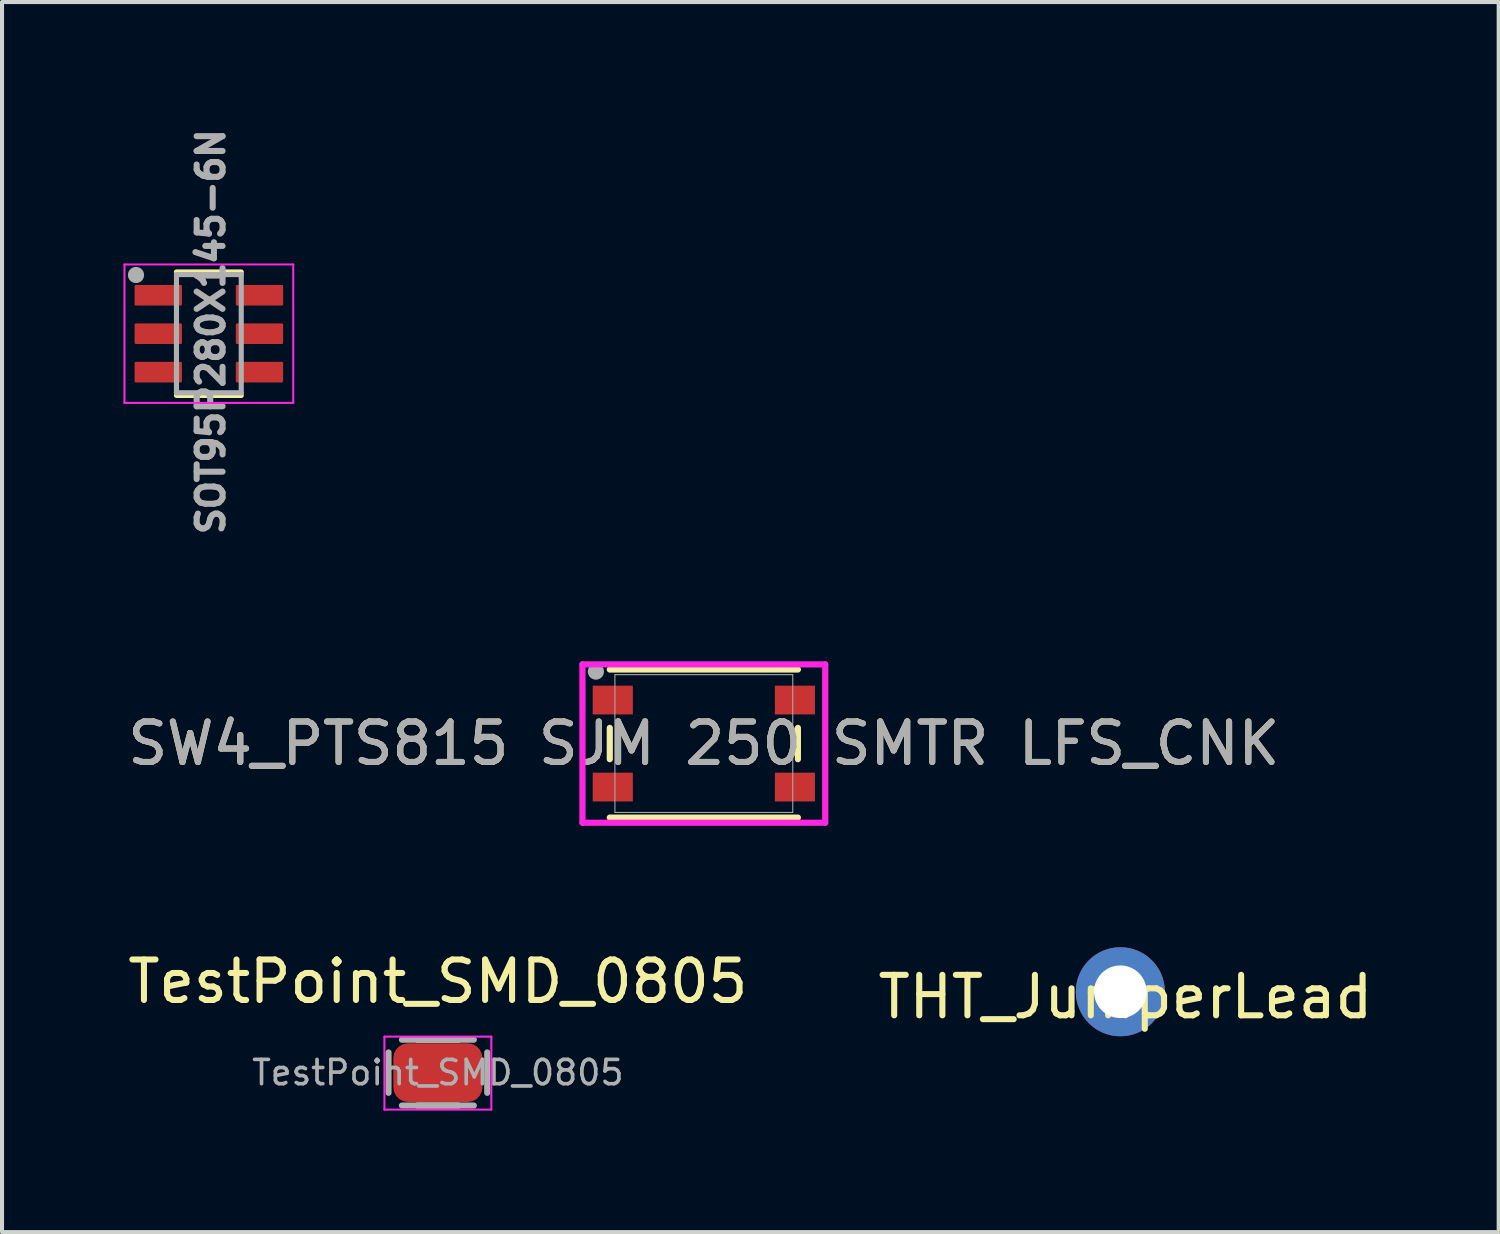
<source format=kicad_pcb>
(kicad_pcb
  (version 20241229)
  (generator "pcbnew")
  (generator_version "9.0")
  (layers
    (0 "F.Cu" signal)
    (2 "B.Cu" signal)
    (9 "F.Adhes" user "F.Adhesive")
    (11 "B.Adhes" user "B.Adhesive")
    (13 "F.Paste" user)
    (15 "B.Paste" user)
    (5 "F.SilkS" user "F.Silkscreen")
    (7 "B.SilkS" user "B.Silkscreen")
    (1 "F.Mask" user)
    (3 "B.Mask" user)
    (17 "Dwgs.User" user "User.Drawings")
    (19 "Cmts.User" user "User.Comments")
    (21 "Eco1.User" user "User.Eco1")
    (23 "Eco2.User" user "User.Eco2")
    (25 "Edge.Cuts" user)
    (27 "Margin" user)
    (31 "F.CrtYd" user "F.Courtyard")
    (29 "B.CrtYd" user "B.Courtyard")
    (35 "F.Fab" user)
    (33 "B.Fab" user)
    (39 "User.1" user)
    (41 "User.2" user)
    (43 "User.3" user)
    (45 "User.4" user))
  (footprint "TestPoint_SMD_0805"
    (layer "F.Cu")
    (at 7.768 23.45)
    (property "Reference" "TestPoint_SMD_0805" (at 0 -2.25 0) (layer "F.SilkS") (effects (font (size 1 1) (thickness 0.15))))
    (attr smd)
    (fp_line (start -0.508 -0.813) (end 0.508 -0.813) (stroke (width 0.15) (type solid)) (layer "F.SilkS"))
    (fp_line (start 0.508 0.813) (end -0.508 0.813) (stroke (width 0.15) (type solid)) (layer "F.SilkS"))
    (fp_line (start -1.321 -0.889) (end 1.321 -0.889) (stroke (width 0.05) (type solid)) (layer "F.CrtYd"))
    (fp_line (start -1.321 0.914) (end -1.321 -0.889) (stroke (width 0.05) (type solid)) (layer "F.CrtYd"))
    (fp_line (start 1.321 -0.889) (end 1.321 0.914) (stroke (width 0.05) (type solid)) (layer "F.CrtYd"))
    (fp_line (start 1.321 0.914) (end -1.321 0.914) (stroke (width 0.05) (type solid)) (layer "F.CrtYd"))
    (fp_line (start -1.219 0.5) (end -1.219 -0.5) (stroke (width 0.15) (type solid)) (layer "F.Fab"))
    (fp_line (start -0.889 0.813) (end 0.889 0.813) (stroke (width 0.15) (type solid)) (layer "F.Fab"))
    (fp_line (start 0.889 -0.813) (end -0.889 -0.813) (stroke (width 0.15) (type solid)) (layer "F.Fab"))
    (fp_line (start 1.219 -0.5) (end 1.219 0.5) (stroke (width 0.15) (type solid)) (layer "F.Fab"))
    (fp_text user "${REFERENCE}" (at 0 0 0) (layer "F.Fab") (effects (font (size 0.6 0.6) (thickness 0.09))))
    (pad "1" smd roundrect (at 0 0) (size 2.2 1.45) (layers "F.Cu" "F.Mask" "F.Paste") (roundrect_rratio 0.25)))
  (footprint "SOT95P280X145-6N"
    (layer "F.Cu")
    (at 2.11 5.194)
    (property "Reference" "SOT95P280X145-6N" (at 0.05 -0.05 90) (layer "F.Fab") (effects (font (size 0.64 0.64) (thickness 0.15))))
    (attr smd)
    (fp_line (start -0.8 -1.525) (end 0.8 -1.525) (stroke (width 0.127) (type solid)) (layer "F.SilkS"))
    (fp_line (start 0.8 1.525) (end -0.8 1.525) (stroke (width 0.127) (type solid)) (layer "F.SilkS"))
    (fp_line (start -2.085 -1.71) (end 2.085 -1.71) (stroke (width 0.05) (type solid)) (layer "F.CrtYd"))
    (fp_line (start -2.085 1.71) (end -2.085 -1.71) (stroke (width 0.05) (type solid)) (layer "F.CrtYd"))
    (fp_line (start 2.085 -1.71) (end 2.085 1.71) (stroke (width 0.05) (type solid)) (layer "F.CrtYd"))
    (fp_line (start 2.085 1.71) (end -2.085 1.71) (stroke (width 0.05) (type solid)) (layer "F.CrtYd"))
    (fp_line (start -0.8 -1.46) (end 0.8 -1.46) (stroke (width 0.127) (type solid)) (layer "F.Fab"))
    (fp_line (start -0.8 1.46) (end -0.8 -1.46) (stroke (width 0.127) (type solid)) (layer "F.Fab"))
    (fp_line (start 0.8 -1.46) (end 0.8 1.46) (stroke (width 0.127) (type solid)) (layer "F.Fab"))
    (fp_line (start 0.8 1.46) (end -0.8 1.46) (stroke (width 0.127) (type solid)) (layer "F.Fab"))
    (fp_circle (center -1.8 -1.45) (end -1.7 -1.45) (stroke (width 0.2) (type solid)) (fill no) (layer "F.Fab"))
    (pad "1" smd roundrect (at -1.25 -0.95) (size 1.17 0.51) (layers "F.Cu" "F.Mask" "F.Paste") (roundrect_rratio 0.06))
    (pad "2" smd roundrect (at -1.25 0) (size 1.17 0.51) (layers "F.Cu" "F.Mask" "F.Paste") (roundrect_rratio 0.06))
    (pad "3" smd roundrect (at -1.25 0.95) (size 1.17 0.51) (layers "F.Cu" "F.Mask" "F.Paste") (roundrect_rratio 0.06))
    (pad "4" smd roundrect (at 1.25 0.95 180) (size 1.17 0.51) (layers "F.Cu" "F.Mask" "F.Paste") (roundrect_rratio 0.06))
    (pad "5" smd roundrect (at 1.25 0 180) (size 1.17 0.51) (layers "F.Cu" "F.Mask" "F.Paste") (roundrect_rratio 0.06))
    (pad "6" smd roundrect (at 1.25 -0.95 180) (size 1.17 0.51) (layers "F.Cu" "F.Mask" "F.Paste") (roundrect_rratio 0.06)))
  (footprint "SW4_PTS815 SJM 250 SMTR LFS_CNK"
    (layer "F.Cu")
    (at 14.339 15.32)
    (property "Reference" "SW4_PTS815 SJM 250 SMTR LFS_CNK" (at 0 0 0) (unlocked yes) (layer "F.SilkS") (effects (font (size 1 1) (thickness 0.15))))
    (attr smd)
    (fp_line (start -2.324 -0.387) (end -2.324 0.387) (stroke (width 0.152) (type solid)) (layer "F.SilkS"))
    (fp_line (start -2.324 1.829) (end 2.324 1.829) (stroke (width 0.152) (type solid)) (layer "F.SilkS"))
    (fp_line (start 2.324 -1.829) (end -2.324 -1.829) (stroke (width 0.152) (type solid)) (layer "F.SilkS"))
    (fp_line (start 2.324 0.387) (end 2.324 -0.387) (stroke (width 0.152) (type solid)) (layer "F.SilkS"))
    (fp_line (start -2.999 -1.956) (end -2.999 1.956) (stroke (width 0.152) (type solid)) (layer "F.CrtYd"))
    (fp_line (start -2.999 1.956) (end 2.999 1.956) (stroke (width 0.152) (type solid)) (layer "F.CrtYd"))
    (fp_line (start 2.999 -1.956) (end -2.999 -1.956) (stroke (width 0.152) (type solid)) (layer "F.CrtYd"))
    (fp_line (start 2.999 1.956) (end 2.999 -1.956) (stroke (width 0.152) (type solid)) (layer "F.CrtYd"))
    (fp_line (start -2.197 -1.702) (end -2.197 1.702) (stroke (width 0.025) (type solid)) (layer "F.Fab"))
    (fp_line (start -2.197 1.702) (end 2.197 1.702) (stroke (width 0.025) (type solid)) (layer "F.Fab"))
    (fp_line (start 2.197 -1.702) (end -2.197 -1.702) (stroke (width 0.025) (type solid)) (layer "F.Fab"))
    (fp_line (start 2.197 1.702) (end 2.197 -1.702) (stroke (width 0.025) (type solid)) (layer "F.Fab"))
    (fp_circle (center -2.667 -1.778) (end -2.567 -1.778) (stroke (width 0.2) (type solid)) (fill no) (layer "F.Fab"))
    (fp_text user "${REFERENCE}" (at 0 0 0) (unlocked yes) (layer "F.Fab") (effects (font (size 1 1) (thickness 0.15))))
    (pad "1" smd rect (at -2.25 -1.075) (size 0.991 0.711) (layers "F.Cu" "F.Mask" "F.Paste"))
    (pad "2" smd rect (at 2.25 -1.075) (size 0.991 0.711) (layers "F.Cu" "F.Mask" "F.Paste"))
    (pad "3" smd rect (at -2.25 1.075) (size 0.991 0.711) (layers "F.Cu" "F.Mask" "F.Paste"))
    (pad "4" smd rect (at 2.25 1.075) (size 0.991 0.711) (layers "F.Cu" "F.Mask" "F.Paste")))
  (footprint "THT_JumperLead"
    (layer "F.Cu")
    (at 24.629 21.452)
    (property "Reference" "THT_JumperLead" (at 0.127 0.127 0) (layer "F.SilkS") (effects (font (size 1 1) (thickness 0.15))))
    (attr through_hole)
    (pad "1" thru_hole circle (at 0 0) (size 2.2 2.2) (drill 1.3) (layers "*.Cu" "*.Mask")))
  (gr_rect
    (start -3 -3)
    (end 33.976 27.389)
    (stroke (width 0.1) (type default))
    (fill no)
    (layer "Edge.Cuts")))
</source>
